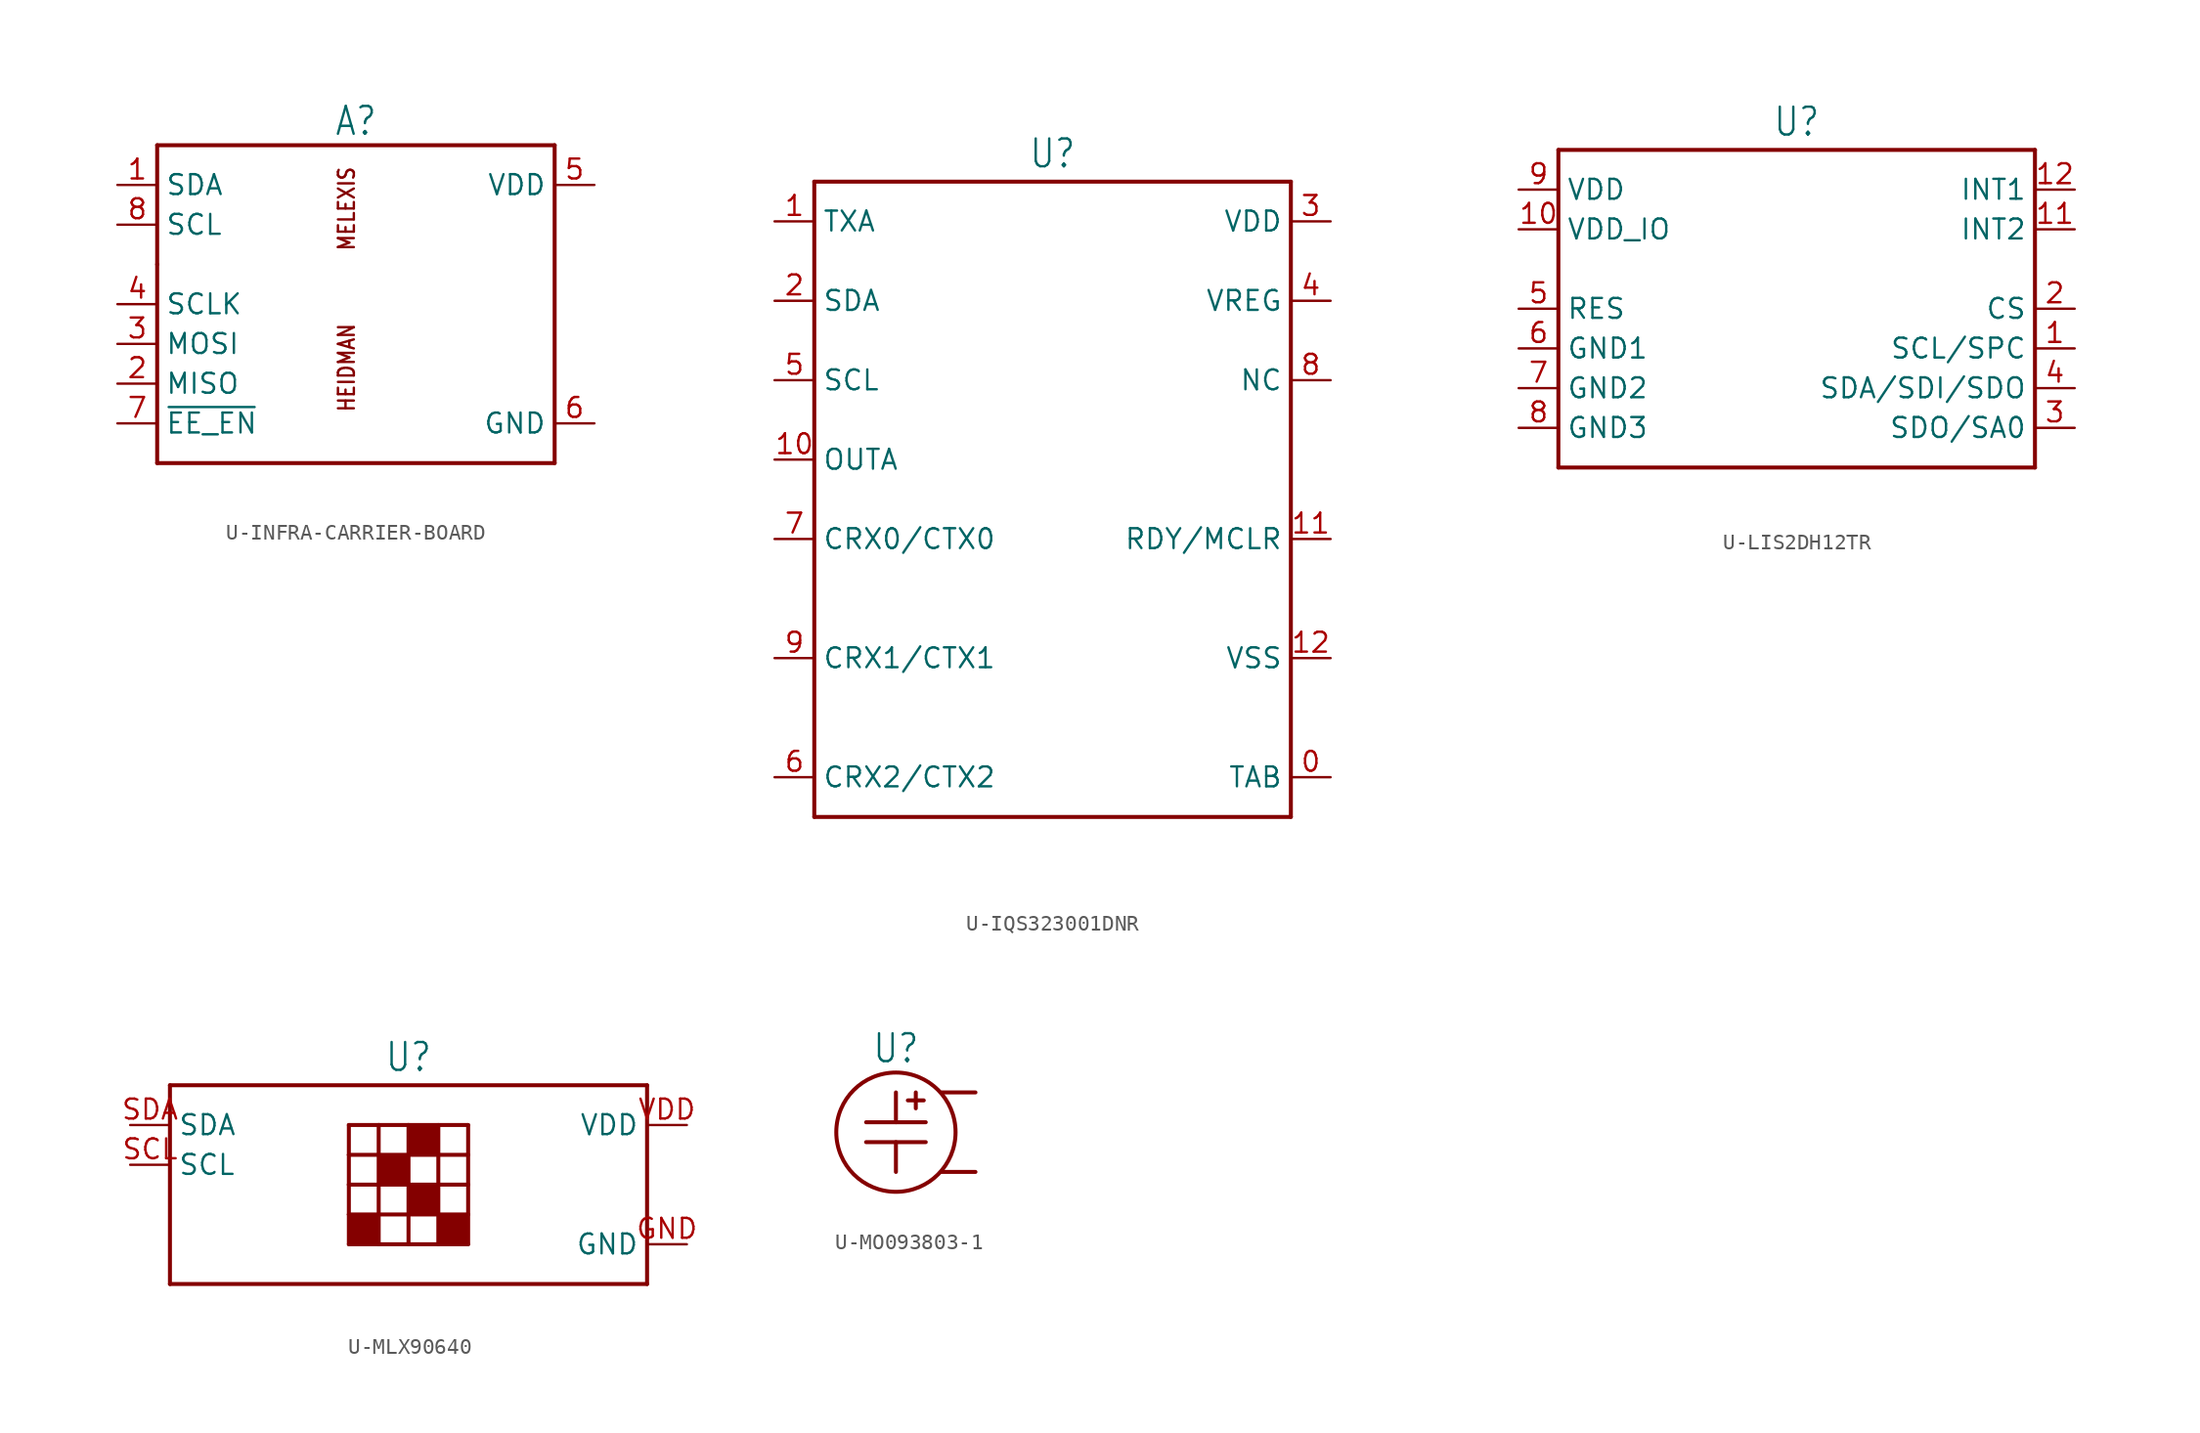
<source format=kicad_sym>
(kicad_symbol_lib
  (version 20231120)
  (generator "kicad_symbol_editor")
  (generator_version "8.0")
  (symbol "U-INFRA-CARRIER-BOARD"
    (property "Reference" "A"
      (at 0 10.668 0)
      (effects (font (size 1.778 1.511)) (justify bottom)))
    (property "Value" ""
      (at 0 -10.668 0)
      (effects (font (size 1.778 1.511)) (justify top)))
    (property "ki_locked" ""
      (at 0 0 0)
      (effects (font (size 1.27 1.27))))
    (symbol "U-INFRA-CARRIER-BOARD_1_0"
      (polyline (pts (xy -12.7 -10.16) (xy 12.7 -10.16)) (stroke (width 0.254) (type solid)) (fill (type none)))
      (polyline (pts (xy -12.7 2.54) (xy -12.7 -10.16)) (stroke (width 0.254) (type solid)) (fill (type none)))
      (polyline (pts (xy -12.7 10.16) (xy -12.7 2.54)) (stroke (width 0.254) (type solid)) (fill (type none)))
      (polyline (pts (xy 12.7 -10.16) (xy 12.7 10.16)) (stroke (width 0.254) (type solid)) (fill (type none)))
      (polyline (pts (xy 12.7 10.16) (xy -12.7 10.16)) (stroke (width 0.254) (type solid)) (fill (type none)))
      (text "HEIDMAN" (at 0 -4.064 900) (effects (font (size 1.016 0.864)) (justify bottom)))
      (text "MELEXIS" (at 0 6.096 900) (effects (font (size 1.016 0.864)) (justify bottom)))
      (pin passive line (at -15.24 7.62 0) (length 2.54) (name "SDA" (effects (font (size 1.27 1.27)))) (number "1" (effects (font (size 1.27 1.27)))))
      (pin passive line (at -15.24 -5.08 0) (length 2.54) (name "MISO" (effects (font (size 1.27 1.27)))) (number "2" (effects (font (size 1.27 1.27)))))
      (pin passive line (at -15.24 -2.54 0) (length 2.54) (name "MOSI" (effects (font (size 1.27 1.27)))) (number "3" (effects (font (size 1.27 1.27)))))
      (pin passive line (at -15.24 0 0) (length 2.54) (name "SCLK" (effects (font (size 1.27 1.27)))) (number "4" (effects (font (size 1.27 1.27)))))
      (pin passive line (at 15.24 7.62 180) (length 2.54) (name "VDD" (effects (font (size 1.27 1.27)))) (number "5" (effects (font (size 1.27 1.27)))))
      (pin passive line (at 15.24 -7.62 180) (length 2.54) (name "GND" (effects (font (size 1.27 1.27)))) (number "6" (effects (font (size 1.27 1.27)))))
      (pin passive line (at -15.24 -7.62 0) (length 2.54) (name "~{EE_EN}" (effects (font (size 1.27 1.27)))) (number "7" (effects (font (size 1.27 1.27)))))
      (pin passive line (at -15.24 5.08 0) (length 2.54) (name "SCL" (effects (font (size 1.27 1.27)))) (number "8" (effects (font (size 1.27 1.27)))))))
  (symbol "U-IQS323001DNR"
    (property "Reference" "U"
      (at 0 21.082 0)
      (effects (font (size 1.778 1.511)) (justify bottom)))
    (property "Value" ""
      (at 0 -21.082 0)
      (effects (font (size 1.778 1.511)) (justify top)))
    (property "ki_locked" ""
      (at 0 0 0)
      (effects (font (size 1.27 1.27))))
    (symbol "U-IQS323001DNR_1_0"
      (polyline (pts (xy -15.24 -20.32) (xy -15.24 20.32)) (stroke (width 0.254) (type solid)) (fill (type none)))
      (polyline (pts (xy -15.24 20.32) (xy 15.24 20.32)) (stroke (width 0.254) (type solid)) (fill (type none)))
      (polyline (pts (xy 15.24 -20.32) (xy -15.24 -20.32)) (stroke (width 0.254) (type solid)) (fill (type none)))
      (polyline (pts (xy 15.24 20.32) (xy 15.24 -20.32)) (stroke (width 0.254) (type solid)) (fill (type none)))
      (pin passive line (at 17.78 -17.78 180) (length 2.54) (name "TAB" (effects (font (size 1.27 1.27)))) (number "0" (effects (font (size 1.27 1.27)))))
      (pin passive line (at -17.78 17.78 0) (length 2.54) (name "TXA" (effects (font (size 1.27 1.27)))) (number "1" (effects (font (size 1.27 1.27)))))
      (pin passive line (at -17.78 2.54 0) (length 2.54) (name "OUTA" (effects (font (size 1.27 1.27)))) (number "10" (effects (font (size 1.27 1.27)))))
      (pin passive line (at 17.78 -2.54 180) (length 2.54) (name "RDY/MCLR" (effects (font (size 1.27 1.27)))) (number "11" (effects (font (size 1.27 1.27)))))
      (pin passive line (at 17.78 -10.16 180) (length 2.54) (name "VSS" (effects (font (size 1.27 1.27)))) (number "12" (effects (font (size 1.27 1.27)))))
      (pin passive line (at -17.78 12.7 0) (length 2.54) (name "SDA" (effects (font (size 1.27 1.27)))) (number "2" (effects (font (size 1.27 1.27)))))
      (pin passive line (at 17.78 17.78 180) (length 2.54) (name "VDD" (effects (font (size 1.27 1.27)))) (number "3" (effects (font (size 1.27 1.27)))))
      (pin passive line (at 17.78 12.7 180) (length 2.54) (name "VREG" (effects (font (size 1.27 1.27)))) (number "4" (effects (font (size 1.27 1.27)))))
      (pin passive line (at -17.78 7.62 0) (length 2.54) (name "SCL" (effects (font (size 1.27 1.27)))) (number "5" (effects (font (size 1.27 1.27)))))
      (pin passive line (at -17.78 -17.78 0) (length 2.54) (name "CRX2/CTX2" (effects (font (size 1.27 1.27)))) (number "6" (effects (font (size 1.27 1.27)))))
      (pin passive line (at -17.78 -2.54 0) (length 2.54) (name "CRX0/CTX0" (effects (font (size 1.27 1.27)))) (number "7" (effects (font (size 1.27 1.27)))))
      (pin passive line (at 17.78 7.62 180) (length 2.54) (name "NC" (effects (font (size 1.27 1.27)))) (number "8" (effects (font (size 1.27 1.27)))))
      (pin passive line (at -17.78 -10.16 0) (length 2.54) (name "CRX1/CTX1" (effects (font (size 1.27 1.27)))) (number "9" (effects (font (size 1.27 1.27)))))))
  (symbol "U-LIS2DH12TR"
    (property "Reference" "U"
      (at 0 10.922 0)
      (effects (font (size 1.778 1.511)) (justify bottom)))
    (property "Value" ""
      (at 0 -10.922 0)
      (effects (font (size 1.778 1.511)) (justify top)))
    (property "ki_locked" ""
      (at 0 0 0)
      (effects (font (size 1.27 1.27))))
    (symbol "U-LIS2DH12TR_1_0"
      (polyline (pts (xy -15.24 -10.16) (xy -15.24 10.16)) (stroke (width 0.254) (type solid)) (fill (type none)))
      (polyline (pts (xy -15.24 10.16) (xy 15.24 10.16)) (stroke (width 0.254) (type solid)) (fill (type none)))
      (polyline (pts (xy 15.24 -10.16) (xy -15.24 -10.16)) (stroke (width 0.254) (type solid)) (fill (type none)))
      (polyline (pts (xy 15.24 10.16) (xy 15.24 -10.16)) (stroke (width 0.254) (type solid)) (fill (type none)))
      (pin passive line (at 17.78 -2.54 180) (length 2.54) (name "SCL/SPC" (effects (font (size 1.27 1.27)))) (number "1" (effects (font (size 1.27 1.27)))))
      (pin passive line (at -17.78 5.08 0) (length 2.54) (name "VDD_IO" (effects (font (size 1.27 1.27)))) (number "10" (effects (font (size 1.27 1.27)))))
      (pin passive line (at 17.78 5.08 180) (length 2.54) (name "INT2" (effects (font (size 1.27 1.27)))) (number "11" (effects (font (size 1.27 1.27)))))
      (pin passive line (at 17.78 7.62 180) (length 2.54) (name "INT1" (effects (font (size 1.27 1.27)))) (number "12" (effects (font (size 1.27 1.27)))))
      (pin passive line (at 17.78 0 180) (length 2.54) (name "CS" (effects (font (size 1.27 1.27)))) (number "2" (effects (font (size 1.27 1.27)))))
      (pin passive line (at 17.78 -7.62 180) (length 2.54) (name "SDO/SA0" (effects (font (size 1.27 1.27)))) (number "3" (effects (font (size 1.27 1.27)))))
      (pin passive line (at 17.78 -5.08 180) (length 2.54) (name "SDA/SDI/SDO" (effects (font (size 1.27 1.27)))) (number "4" (effects (font (size 1.27 1.27)))))
      (pin passive line (at -17.78 0 0) (length 2.54) (name "RES" (effects (font (size 1.27 1.27)))) (number "5" (effects (font (size 1.27 1.27)))))
      (pin passive line (at -17.78 -2.54 0) (length 2.54) (name "GND1" (effects (font (size 1.27 1.27)))) (number "6" (effects (font (size 1.27 1.27)))))
      (pin passive line (at -17.78 -5.08 0) (length 2.54) (name "GND2" (effects (font (size 1.27 1.27)))) (number "7" (effects (font (size 1.27 1.27)))))
      (pin passive line (at -17.78 -7.62 0) (length 2.54) (name "GND3" (effects (font (size 1.27 1.27)))) (number "8" (effects (font (size 1.27 1.27)))))
      (pin passive line (at -17.78 7.62 0) (length 2.54) (name "VDD" (effects (font (size 1.27 1.27)))) (number "9" (effects (font (size 1.27 1.27)))))))
  (symbol "U-MLX90640"
    (property "Reference" "U"
      (at 0 8.382 0)
      (effects (font (size 1.778 1.511)) (justify bottom)))
    (property "Value" ""
      (at 0 -5.842 0)
      (effects (font (size 1.778 1.511)) (justify top)))
    (property "ki_locked" ""
      (at 0 0 0)
      (effects (font (size 1.27 1.27))))
    (symbol "U-MLX90640_1_0"
      (rectangle (start -3.81 -2.54) (end -1.905 -0.635) (stroke (width 0) (type default)) (fill (type outline)))
      (rectangle (start -1.905 1.27) (end 0 3.175) (stroke (width 0) (type default)) (fill (type outline)))
      (rectangle (start 0 -0.635) (end 1.905 1.27) (stroke (width 0) (type default)) (fill (type outline)))
      (polyline (pts (xy -15.24 -5.08) (xy -15.24 7.62)) (stroke (width 0.254) (type solid)) (fill (type none)))
      (polyline (pts (xy -15.24 7.62) (xy 15.24 7.62)) (stroke (width 0.254) (type solid)) (fill (type none)))
      (polyline (pts (xy -3.81 -2.54) (xy -1.905 -2.54)) (stroke (width 0.254) (type solid)) (fill (type none)))
      (polyline (pts (xy -3.81 -0.635) (xy -3.81 -2.54)) (stroke (width 0.254) (type solid)) (fill (type none)))
      (polyline (pts (xy -3.81 -0.635) (xy 3.81 -0.635)) (stroke (width 0.254) (type solid)) (fill (type none)))
      (polyline (pts (xy -3.81 1.27) (xy -3.81 -0.635)) (stroke (width 0.254) (type solid)) (fill (type none)))
      (polyline (pts (xy -3.81 1.27) (xy 3.81 1.27)) (stroke (width 0.254) (type solid)) (fill (type none)))
      (polyline (pts (xy -3.81 3.175) (xy -3.81 1.27)) (stroke (width 0.254) (type solid)) (fill (type none)))
      (polyline (pts (xy -3.81 5.08) (xy -3.81 3.175)) (stroke (width 0.254) (type solid)) (fill (type none)))
      (polyline (pts (xy -1.905 -2.54) (xy 0 -2.54)) (stroke (width 0.254) (type solid)) (fill (type none)))
      (polyline (pts (xy -1.905 3.175) (xy -3.81 3.175)) (stroke (width 0.254) (type solid)) (fill (type none)))
      (polyline (pts (xy -1.905 3.175) (xy -1.905 -2.54)) (stroke (width 0.254) (type solid)) (fill (type none)))
      (polyline (pts (xy -1.905 3.175) (xy -1.905 5.08)) (stroke (width 0.254) (type solid)) (fill (type none)))
      (polyline (pts (xy -1.905 5.08) (xy -3.81 5.08)) (stroke (width 0.254) (type solid)) (fill (type none)))
      (polyline (pts (xy 0 -2.54) (xy 1.905 -2.54)) (stroke (width 0.254) (type solid)) (fill (type none)))
      (polyline (pts (xy 0 3.175) (xy -1.905 3.175)) (stroke (width 0.254) (type solid)) (fill (type none)))
      (polyline (pts (xy 0 3.175) (xy 0 -2.54)) (stroke (width 0.254) (type solid)) (fill (type none)))
      (polyline (pts (xy 0 3.175) (xy 0 5.08)) (stroke (width 0.254) (type solid)) (fill (type none)))
      (polyline (pts (xy 0 5.08) (xy -1.905 5.08)) (stroke (width 0.254) (type solid)) (fill (type none)))
      (polyline (pts (xy 1.905 -2.54) (xy 1.905 5.08)) (stroke (width 0.254) (type solid)) (fill (type none)))
      (polyline (pts (xy 1.905 -2.54) (xy 3.81 -2.54)) (stroke (width 0.254) (type solid)) (fill (type none)))
      (polyline (pts (xy 3.81 -2.54) (xy 3.81 -0.635)) (stroke (width 0.254) (type solid)) (fill (type none)))
      (polyline (pts (xy 3.81 -0.635) (xy 3.81 1.27)) (stroke (width 0.254) (type solid)) (fill (type none)))
      (polyline (pts (xy 3.81 1.27) (xy 3.81 3.175)) (stroke (width 0.254) (type solid)) (fill (type none)))
      (polyline (pts (xy 3.81 3.175) (xy 0 3.175)) (stroke (width 0.254) (type solid)) (fill (type none)))
      (polyline (pts (xy 3.81 3.175) (xy 3.81 5.08)) (stroke (width 0.254) (type solid)) (fill (type none)))
      (polyline (pts (xy 3.81 5.08) (xy 0 5.08)) (stroke (width 0.254) (type solid)) (fill (type none)))
      (polyline (pts (xy 15.24 -5.08) (xy -15.24 -5.08)) (stroke (width 0.254) (type solid)) (fill (type none)))
      (polyline (pts (xy 15.24 7.62) (xy 15.24 -5.08)) (stroke (width 0.254) (type solid)) (fill (type none)))
      (rectangle (start 0 3.175) (end 1.905 5.08) (stroke (width 0) (type default)) (fill (type outline)))
      (rectangle (start 1.905 -2.54) (end 3.81 -0.635) (stroke (width 0) (type default)) (fill (type outline)))
      (pin passive line (at 17.78 -2.54 180) (length 2.54) (name "GND" (effects (font (size 1.27 1.27)))) (number "GND" (effects (font (size 1.27 1.27)))))
      (pin passive line (at -17.78 2.54 0) (length 2.54) (name "SCL" (effects (font (size 1.27 1.27)))) (number "SCL" (effects (font (size 1.27 1.27)))))
      (pin passive line (at -17.78 5.08 0) (length 2.54) (name "SDA" (effects (font (size 1.27 1.27)))) (number "SDA" (effects (font (size 1.27 1.27)))))
      (pin passive line (at 17.78 5.08 180) (length 2.54) (name "VDD" (effects (font (size 1.27 1.27)))) (number "VDD" (effects (font (size 1.27 1.27)))))))
  (symbol "U-MO093803-1"
    (property "Reference" "U"
      (at 0 4.318 0)
      (effects (font (size 1.778 1.511)) (justify bottom)))
    (property "Value" ""
      (at 0 -4.318 0)
      (effects (font (size 1.778 1.511)) (justify top)))
    (property "ki_locked" ""
      (at 0 0 0)
      (effects (font (size 1.27 1.27))))
    (symbol "U-MO093803-1_1_0"
      (polyline (pts (xy -1.905 -0.635) (xy 1.905 -0.635)) (stroke (width 0.254) (type solid)) (fill (type none)))
      (polyline (pts (xy -1.905 0.635) (xy 1.905 0.635)) (stroke (width 0.254) (type solid)) (fill (type none)))
      (polyline (pts (xy 0 -2.54) (xy 0 -0.635)) (stroke (width 0.254) (type solid)) (fill (type none)))
      (polyline (pts (xy 0 2.54) (xy 0 0.635)) (stroke (width 0.254) (type solid)) (fill (type none)))
      (polyline (pts (xy 0.762 2.032) (xy 1.778 2.032)) (stroke (width 0.254) (type solid)) (fill (type none)))
      (polyline (pts (xy 1.27 2.54) (xy 1.27 1.524)) (stroke (width 0.254) (type solid)) (fill (type none)))
      (polyline (pts (xy 5.08 -2.54) (xy 2.921 -2.54)) (stroke (width 0.254) (type solid)) (fill (type none)))
      (polyline (pts (xy 5.08 2.54) (xy 2.921 2.54)) (stroke (width 0.254) (type solid)) (fill (type none)))
      (circle (center 0 0) (radius 3.81) (stroke (width 0.254) (type solid)) (fill (type none)))
      (pin passive line (at 5.08 -2.54 180) (length 0) (name "M" (effects (font (size 0 0)))) (number "M" (effects (font (size 0 0)))))
      (pin passive line (at 5.08 2.54 0) (length 0) (name "P" (effects (font (size 0 0)))) (number "P" (effects (font (size 0 0))))))))
</source>
